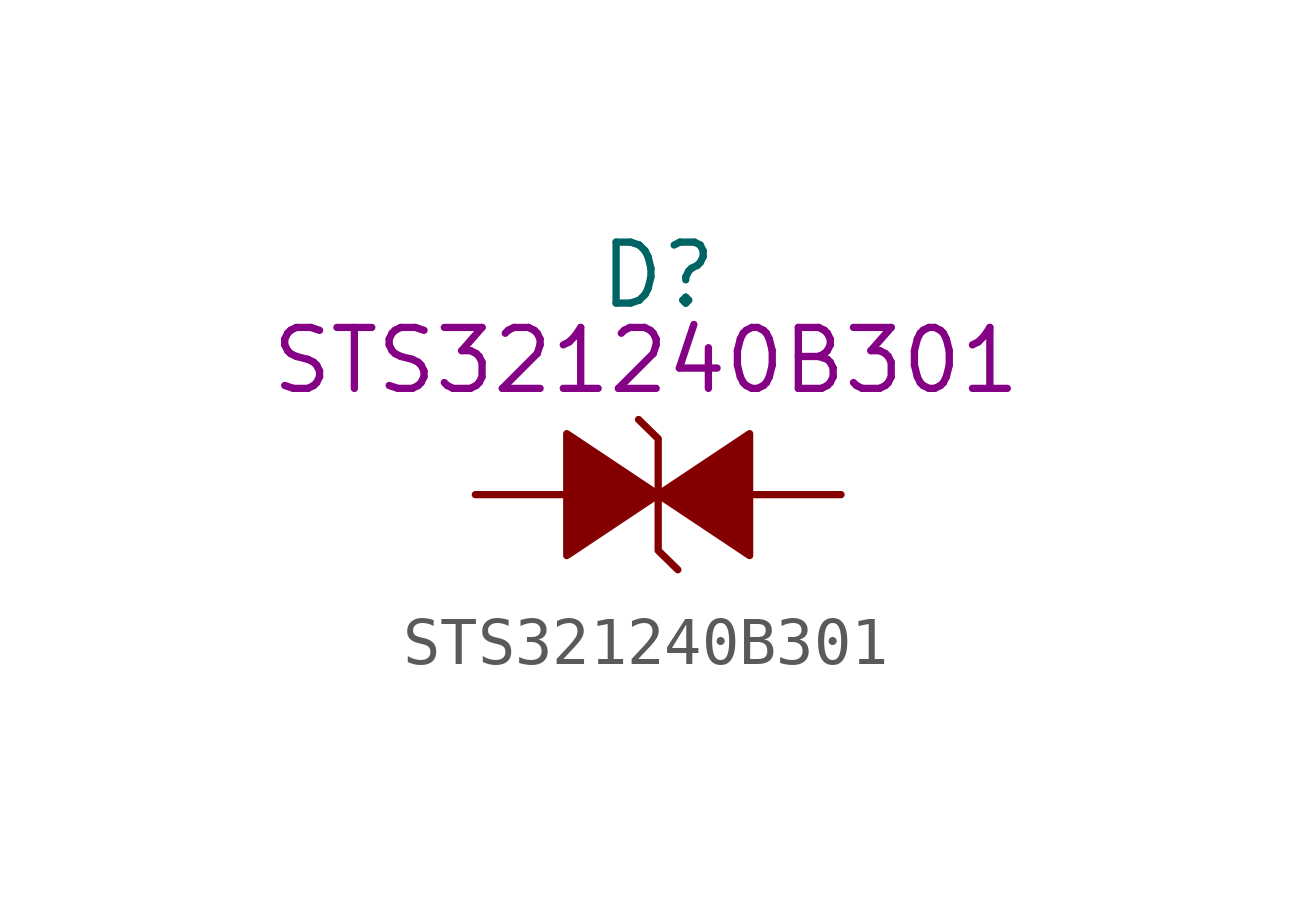
<source format=kicad_sym>
(kicad_symbol_lib
  (version 20231120)
  (generator "kicad_symbol_editor")
  (generator_version "8.0")
  (symbol "STS321240B301"
    (pin_numbers hide)
    (property "Reference" "D"
      (at 3.81 4.572 0)
      (effects (font (size 1.27 1.27))))
    (property "MPN" "STS321240B301"
      (at 3.556 2.794 0)
      (effects (font (size 1.27 1.27))))
    (symbol "STS321240B301_0_1"
      (polyline (pts (xy 3.81 0) (xy 3.81 -1.165) (xy 4.219 -1.565)) (stroke (width 0) (type default)) (fill (type none)))
      (polyline (pts (xy 3.81 0) (xy 3.81 1.165) (xy 3.401 1.565)) (stroke (width 0) (type default)) (fill (type none)))
      (polyline (pts (xy 3.81 0) (xy 1.905 1.27) (xy 1.905 -1.27) (xy 3.81 0)) (stroke (width 0) (type default)) (fill (type outline)))
      (polyline (pts (xy 3.81 0) (xy 5.715 1.27) (xy 5.715 -1.27) (xy 3.81 0)) (stroke (width 0) (type default)) (fill (type outline))))
    (symbol "STS321240B301_1_1"
      (pin passive line (at 0 0 0) (length 1.905) (name "" (effects (font (size 1.27 1.27)))) (number "1" (effects (font (size 1.27 1.27)))))
      (pin passive line (at 7.62 0 180) (length 1.905) (name "" (effects (font (size 1.27 1.27)))) (number "2" (effects (font (size 1.27 1.27))))))))
</source>
